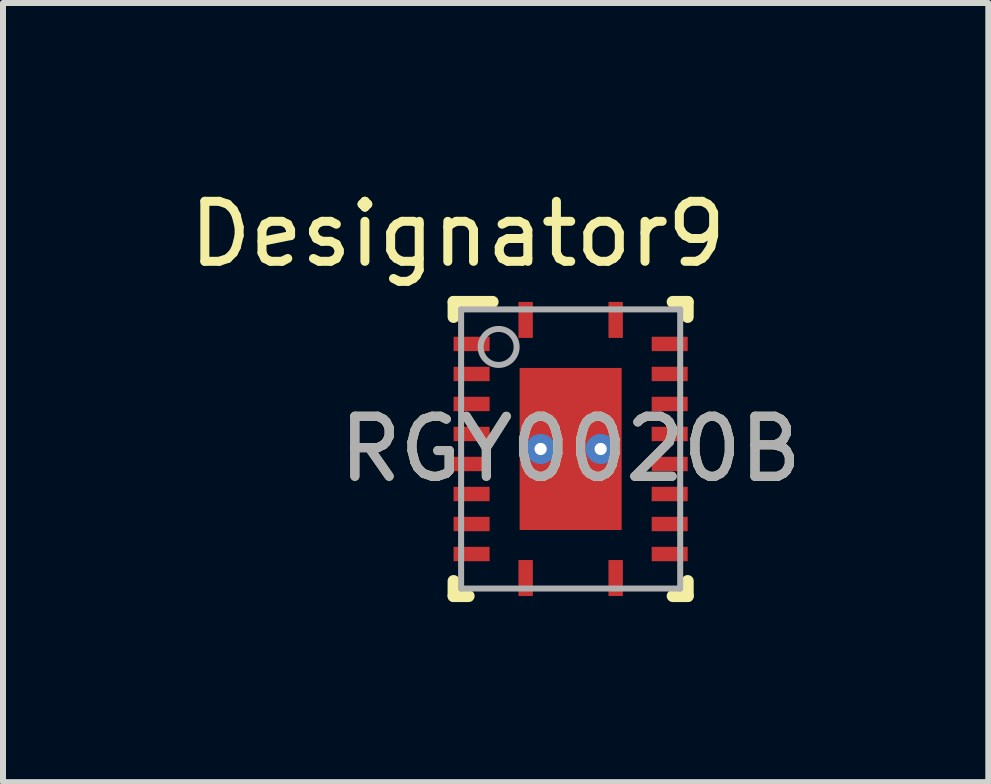
<source format=kicad_pcb>
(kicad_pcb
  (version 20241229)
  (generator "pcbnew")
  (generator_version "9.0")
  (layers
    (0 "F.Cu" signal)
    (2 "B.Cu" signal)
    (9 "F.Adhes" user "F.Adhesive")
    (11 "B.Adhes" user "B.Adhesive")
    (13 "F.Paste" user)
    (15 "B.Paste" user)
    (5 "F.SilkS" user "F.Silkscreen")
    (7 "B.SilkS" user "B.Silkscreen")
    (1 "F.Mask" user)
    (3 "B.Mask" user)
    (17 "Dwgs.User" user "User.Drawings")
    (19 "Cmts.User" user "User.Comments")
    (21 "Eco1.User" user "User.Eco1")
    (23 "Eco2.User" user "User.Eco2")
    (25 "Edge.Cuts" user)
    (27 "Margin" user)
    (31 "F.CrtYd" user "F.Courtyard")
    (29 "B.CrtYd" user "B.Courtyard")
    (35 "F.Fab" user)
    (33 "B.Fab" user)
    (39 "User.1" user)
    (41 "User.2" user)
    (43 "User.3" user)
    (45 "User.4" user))
  (footprint "RGY0020B"
    (layer "F.Cu")
    (at 6.457 4.43)
    (property "Reference" "RGY0020B" (at 0 0 0) (unlocked yes) (layer "F.SilkS") (effects (font (size 1 1) (thickness 0.15))))
    (attr smd)
    (fp_line (start -1.95 -2.45) (end -1.3 -2.45) (stroke (width 0.2) (type solid)) (layer "F.SilkS"))
    (fp_line (start -1.95 -2.2) (end -1.95 -2.45) (stroke (width 0.2) (type solid)) (layer "F.SilkS"))
    (fp_line (start -1.95 2.45) (end -1.95 2.2) (stroke (width 0.2) (type solid)) (layer "F.SilkS"))
    (fp_line (start -1.95 2.45) (end -1.7 2.45) (stroke (width 0.2) (type solid)) (layer "F.SilkS"))
    (fp_line (start 1.7 -2.45) (end 1.95 -2.45) (stroke (width 0.2) (type solid)) (layer "F.SilkS"))
    (fp_line (start 1.7 2.45) (end 1.95 2.45) (stroke (width 0.2) (type solid)) (layer "F.SilkS"))
    (fp_line (start 1.95 -2.2) (end 1.95 -2.45) (stroke (width 0.2) (type solid)) (layer "F.SilkS"))
    (fp_line (start 1.95 2.45) (end 1.95 2.2) (stroke (width 0.2) (type solid)) (layer "F.SilkS"))
    (fp_poly (pts (xy 0.774 -1.288) (xy -0.774 -1.288) (xy -0.774 -0.1) (xy 0.774 -0.1)) (stroke (width 0) (type solid)) (fill yes) (layer "F.Paste"))
    (fp_poly (pts (xy 0.774 0.1) (xy -0.774 0.1) (xy -0.774 1.288) (xy 0.774 1.288)) (stroke (width 0) (type solid)) (fill yes) (layer "F.Paste"))
    (fp_line (start -1.825 -2.325) (end 1.825 -2.325) (stroke (width 0.1) (type solid)) (layer "F.Fab"))
    (fp_line (start -1.825 2.325) (end -1.825 -2.325) (stroke (width 0.1) (type solid)) (layer "F.Fab"))
    (fp_line (start -1.825 2.325) (end 1.825 2.325) (stroke (width 0.1) (type solid)) (layer "F.Fab"))
    (fp_line (start 1.825 2.325) (end 1.825 -2.325) (stroke (width 0.1) (type solid)) (layer "F.Fab"))
    (fp_circle (center -1.2 -1.7) (end -0.9 -1.7) (stroke (width 0.1) (type solid)) (fill no) (layer "F.Fab"))
    (fp_text user "Designator9" (at -1.88 -3.581 0) (unlocked yes) (layer "F.SilkS") (effects (font (size 1 1) (thickness 0.15))))
    (fp_text user "${REFERENCE}" (at 0 0 0) (unlocked yes) (layer "F.Fab") (effects (font (size 1 1) (thickness 0.15))))
    (pad "1" smd rect (at -0.75 -2.15) (size 0.24 0.6) (layers "F.Cu" "F.Mask" "F.Paste"))
    (pad "2" smd rect (at -1.65 -1.75 90) (size 0.24 0.6) (layers "F.Cu" "F.Mask" "F.Paste"))
    (pad "3" smd rect (at -1.65 -1.25 90) (size 0.24 0.6) (layers "F.Cu" "F.Mask" "F.Paste"))
    (pad "4" smd rect (at -1.65 -0.75 90) (size 0.24 0.6) (layers "F.Cu" "F.Mask" "F.Paste"))
    (pad "5" smd rect (at -1.65 -0.25 90) (size 0.24 0.6) (layers "F.Cu" "F.Mask" "F.Paste"))
    (pad "6" smd rect (at -1.65 0.25 90) (size 0.24 0.6) (layers "F.Cu" "F.Mask" "F.Paste"))
    (pad "7" smd rect (at -1.65 0.75 90) (size 0.24 0.6) (layers "F.Cu" "F.Mask" "F.Paste"))
    (pad "8" smd rect (at -1.65 1.25 90) (size 0.24 0.6) (layers "F.Cu" "F.Mask" "F.Paste"))
    (pad "9" smd rect (at -1.65 1.75 90) (size 0.24 0.6) (layers "F.Cu" "F.Mask" "F.Paste"))
    (pad "10" smd rect (at -0.75 2.15) (size 0.24 0.6) (layers "F.Cu" "F.Mask" "F.Paste"))
    (pad "11" smd rect (at 0.75 2.15) (size 0.24 0.6) (layers "F.Cu" "F.Mask" "F.Paste"))
    (pad "12" smd rect (at 1.65 1.75 90) (size 0.24 0.6) (layers "F.Cu" "F.Mask" "F.Paste"))
    (pad "13" smd rect (at 1.65 1.25 90) (size 0.24 0.6) (layers "F.Cu" "F.Mask" "F.Paste"))
    (pad "14" smd rect (at 1.65 0.75 90) (size 0.24 0.6) (layers "F.Cu" "F.Mask" "F.Paste"))
    (pad "15" smd rect (at 1.65 0.25 90) (size 0.24 0.6) (layers "F.Cu" "F.Mask" "F.Paste"))
    (pad "16" smd rect (at 1.65 -0.25 90) (size 0.24 0.6) (layers "F.Cu" "F.Mask" "F.Paste"))
    (pad "17" smd rect (at 1.65 -0.75 90) (size 0.24 0.6) (layers "F.Cu" "F.Mask" "F.Paste"))
    (pad "18" smd rect (at 1.65 -1.25 90) (size 0.24 0.6) (layers "F.Cu" "F.Mask" "F.Paste"))
    (pad "19" smd rect (at 1.65 -1.75 90) (size 0.24 0.6) (layers "F.Cu" "F.Mask" "F.Paste"))
    (pad "20" smd rect (at 0.75 -2.15) (size 0.24 0.6) (layers "F.Cu" "F.Mask" "F.Paste"))
    (pad "21" smd rect (at 0 0) (size 1.7 2.7) (layers "F.Cu" "F.Mask"))
    (pad "V" thru_hole circle (at -0.5 0) (size 0.5 0.5) (drill 0.203) (layers "*.Cu" "*.Mask"))
    (pad "V" thru_hole circle (at 0.5 0) (size 0.5 0.5) (drill 0.203) (layers "*.Cu" "*.Mask")))
  (gr_rect
    (start -3 -3)
    (end 13.415 9.98)
    (stroke (width 0.1) (type default))
    (fill no)
    (layer "Edge.Cuts")))
</source>
